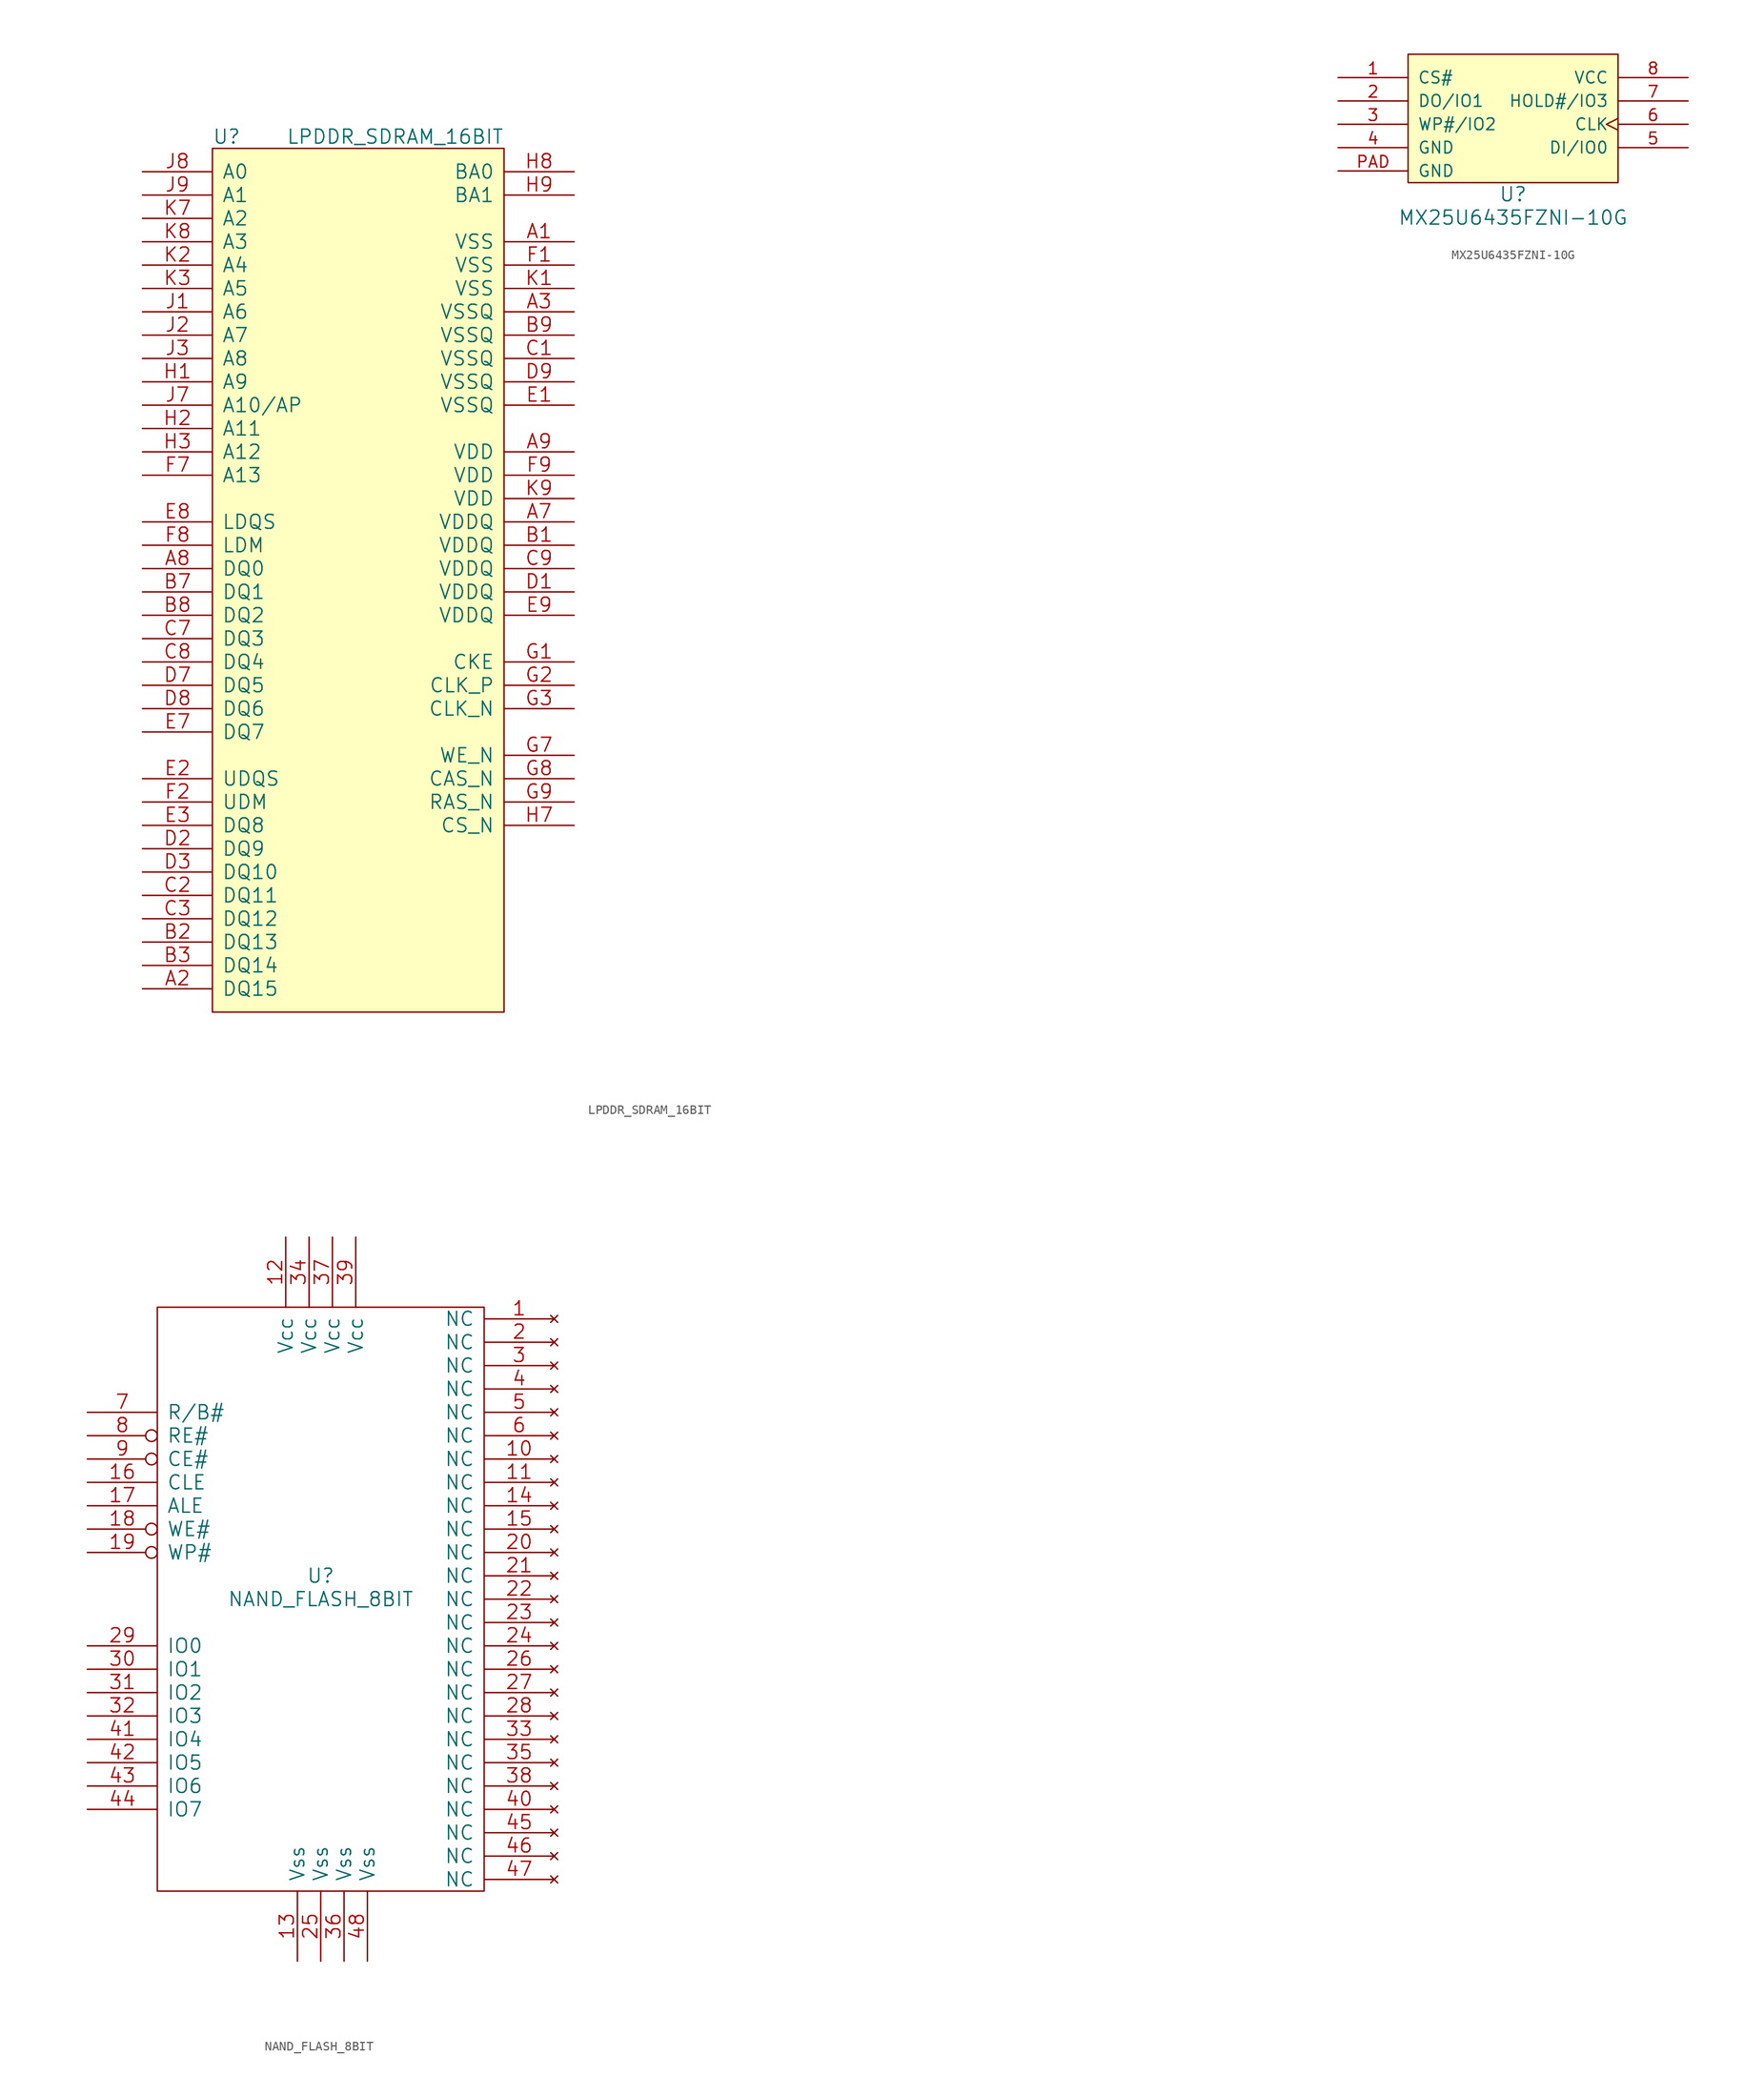
<source format=kicad_sym>
(kicad_symbol_lib
  (version 20211014)
  (generator kicad_symbol_editor)
  (symbol "LPDDR_SDRAM_16BIT"
    (pin_names
      (offset 1.016))
    (property "Reference" "U"
      (at -13.97 55.88 0)
      (effects (font (size 1.524 1.524)) (justify left)))
    (property "Value" "LPDDR_SDRAM_16BIT"
      (at 17.78 55.88 0)
      (effects (font (size 1.524 1.524)) (justify right)))
    (property "Footprint" ""
      (at 88.9 0 0)
      (effects (font (size 1.524 1.524))))
    (property "Datasheet" ""
      (at 88.9 0 0)
      (effects (font (size 1.524 1.524))))
    (symbol "LPDDR_SDRAM_16BIT_0_1"
      (rectangle (start -13.97 54.61) (end 17.78 -39.37) (stroke (width 0) (type default) (color 0 0 0 0)) (fill (type background))))
    (symbol "LPDDR_SDRAM_16BIT_1_1"
      (pin power_in line (at 25.4 44.45 180) (length 7.62) (name "VSS" (effects (font (size 1.524 1.524)))) (number "A1" (effects (font (size 1.524 1.524)))))
      (pin bidirectional line (at -21.59 -36.83 0) (length 7.62) (name "DQ15" (effects (font (size 1.524 1.524)))) (number "A2" (effects (font (size 1.524 1.524)))))
      (pin power_in line (at 25.4 36.83 180) (length 7.62) (name "VSSQ" (effects (font (size 1.524 1.524)))) (number "A3" (effects (font (size 1.524 1.524)))))
      (pin power_in line (at 25.4 13.97 180) (length 7.62) (name "VDDQ" (effects (font (size 1.524 1.524)))) (number "A7" (effects (font (size 1.524 1.524)))))
      (pin bidirectional line (at -21.59 8.89 0) (length 7.62) (name "DQ0" (effects (font (size 1.524 1.524)))) (number "A8" (effects (font (size 1.524 1.524)))))
      (pin power_in line (at 25.4 21.59 180) (length 7.62) (name "VDD" (effects (font (size 1.524 1.524)))) (number "A9" (effects (font (size 1.524 1.524)))))
      (pin power_in line (at 25.4 11.43 180) (length 7.62) (name "VDDQ" (effects (font (size 1.524 1.524)))) (number "B1" (effects (font (size 1.524 1.524)))))
      (pin bidirectional line (at -21.59 -31.75 0) (length 7.62) (name "DQ13" (effects (font (size 1.524 1.524)))) (number "B2" (effects (font (size 1.524 1.524)))))
      (pin bidirectional line (at -21.59 -34.29 0) (length 7.62) (name "DQ14" (effects (font (size 1.524 1.524)))) (number "B3" (effects (font (size 1.524 1.524)))))
      (pin bidirectional line (at -21.59 6.35 0) (length 7.62) (name "DQ1" (effects (font (size 1.524 1.524)))) (number "B7" (effects (font (size 1.524 1.524)))))
      (pin bidirectional line (at -21.59 3.81 0) (length 7.62) (name "DQ2" (effects (font (size 1.524 1.524)))) (number "B8" (effects (font (size 1.524 1.524)))))
      (pin power_in line (at 25.4 34.29 180) (length 7.62) (name "VSSQ" (effects (font (size 1.524 1.524)))) (number "B9" (effects (font (size 1.524 1.524)))))
      (pin power_in line (at 25.4 31.75 180) (length 7.62) (name "VSSQ" (effects (font (size 1.524 1.524)))) (number "C1" (effects (font (size 1.524 1.524)))))
      (pin bidirectional line (at -21.59 -26.67 0) (length 7.62) (name "DQ11" (effects (font (size 1.524 1.524)))) (number "C2" (effects (font (size 1.524 1.524)))))
      (pin bidirectional line (at -21.59 -29.21 0) (length 7.62) (name "DQ12" (effects (font (size 1.524 1.524)))) (number "C3" (effects (font (size 1.524 1.524)))))
      (pin bidirectional line (at -21.59 1.27 0) (length 7.62) (name "DQ3" (effects (font (size 1.524 1.524)))) (number "C7" (effects (font (size 1.524 1.524)))))
      (pin bidirectional line (at -21.59 -1.27 0) (length 7.62) (name "DQ4" (effects (font (size 1.524 1.524)))) (number "C8" (effects (font (size 1.524 1.524)))))
      (pin power_in line (at 25.4 8.89 180) (length 7.62) (name "VDDQ" (effects (font (size 1.524 1.524)))) (number "C9" (effects (font (size 1.524 1.524)))))
      (pin power_in line (at 25.4 6.35 180) (length 7.62) (name "VDDQ" (effects (font (size 1.524 1.524)))) (number "D1" (effects (font (size 1.524 1.524)))))
      (pin bidirectional line (at -21.59 -21.59 0) (length 7.62) (name "DQ9" (effects (font (size 1.524 1.524)))) (number "D2" (effects (font (size 1.524 1.524)))))
      (pin bidirectional line (at -21.59 -24.13 0) (length 7.62) (name "DQ10" (effects (font (size 1.524 1.524)))) (number "D3" (effects (font (size 1.524 1.524)))))
      (pin bidirectional line (at -21.59 -3.81 0) (length 7.62) (name "DQ5" (effects (font (size 1.524 1.524)))) (number "D7" (effects (font (size 1.524 1.524)))))
      (pin bidirectional line (at -21.59 -6.35 0) (length 7.62) (name "DQ6" (effects (font (size 1.524 1.524)))) (number "D8" (effects (font (size 1.524 1.524)))))
      (pin power_in line (at 25.4 29.21 180) (length 7.62) (name "VSSQ" (effects (font (size 1.524 1.524)))) (number "D9" (effects (font (size 1.524 1.524)))))
      (pin power_in line (at 25.4 26.67 180) (length 7.62) (name "VSSQ" (effects (font (size 1.524 1.524)))) (number "E1" (effects (font (size 1.524 1.524)))))
      (pin bidirectional line (at -21.59 -13.97 0) (length 7.62) (name "UDQS" (effects (font (size 1.524 1.524)))) (number "E2" (effects (font (size 1.524 1.524)))))
      (pin bidirectional line (at -21.59 -19.05 0) (length 7.62) (name "DQ8" (effects (font (size 1.524 1.524)))) (number "E3" (effects (font (size 1.524 1.524)))))
      (pin bidirectional line (at -21.59 -8.89 0) (length 7.62) (name "DQ7" (effects (font (size 1.524 1.524)))) (number "E7" (effects (font (size 1.524 1.524)))))
      (pin bidirectional line (at -21.59 13.97 0) (length 7.62) (name "LDQS" (effects (font (size 1.524 1.524)))) (number "E8" (effects (font (size 1.524 1.524)))))
      (pin power_in line (at 25.4 3.81 180) (length 7.62) (name "VDDQ" (effects (font (size 1.524 1.524)))) (number "E9" (effects (font (size 1.524 1.524)))))
      (pin power_in line (at 25.4 41.91 180) (length 7.62) (name "VSS" (effects (font (size 1.524 1.524)))) (number "F1" (effects (font (size 1.524 1.524)))))
      (pin input line (at -21.59 -16.51 0) (length 7.62) (name "UDM" (effects (font (size 1.524 1.524)))) (number "F2" (effects (font (size 1.524 1.524)))))
      (pin input line (at -21.59 19.05 0) (length 7.62) (name "A13" (effects (font (size 1.524 1.524)))) (number "F7" (effects (font (size 1.524 1.524)))))
      (pin input line (at -21.59 11.43 0) (length 7.62) (name "LDM" (effects (font (size 1.524 1.524)))) (number "F8" (effects (font (size 1.524 1.524)))))
      (pin power_in line (at 25.4 19.05 180) (length 7.62) (name "VDD" (effects (font (size 1.524 1.524)))) (number "F9" (effects (font (size 1.524 1.524)))))
      (pin input line (at 25.4 -1.27 180) (length 7.62) (name "CKE" (effects (font (size 1.524 1.524)))) (number "G1" (effects (font (size 1.524 1.524)))))
      (pin input line (at 25.4 -3.81 180) (length 7.62) (name "CLK_P" (effects (font (size 1.524 1.524)))) (number "G2" (effects (font (size 1.524 1.524)))))
      (pin input line (at 25.4 -6.35 180) (length 7.62) (name "CLK_N" (effects (font (size 1.524 1.524)))) (number "G3" (effects (font (size 1.524 1.524)))))
      (pin input line (at 25.4 -11.43 180) (length 7.62) (name "WE_N" (effects (font (size 1.524 1.524)))) (number "G7" (effects (font (size 1.524 1.524)))))
      (pin input line (at 25.4 -13.97 180) (length 7.62) (name "CAS_N" (effects (font (size 1.524 1.524)))) (number "G8" (effects (font (size 1.524 1.524)))))
      (pin input line (at 25.4 -16.51 180) (length 7.62) (name "RAS_N" (effects (font (size 1.524 1.524)))) (number "G9" (effects (font (size 1.524 1.524)))))
      (pin input line (at -21.59 29.21 0) (length 7.62) (name "A9" (effects (font (size 1.524 1.524)))) (number "H1" (effects (font (size 1.524 1.524)))))
      (pin input line (at -21.59 24.13 0) (length 7.62) (name "A11" (effects (font (size 1.524 1.524)))) (number "H2" (effects (font (size 1.524 1.524)))))
      (pin input line (at -21.59 21.59 0) (length 7.62) (name "A12" (effects (font (size 1.524 1.524)))) (number "H3" (effects (font (size 1.524 1.524)))))
      (pin input line (at 25.4 -19.05 180) (length 7.62) (name "CS_N" (effects (font (size 1.524 1.524)))) (number "H7" (effects (font (size 1.524 1.524)))))
      (pin input line (at 25.4 52.07 180) (length 7.62) (name "BA0" (effects (font (size 1.524 1.524)))) (number "H8" (effects (font (size 1.524 1.524)))))
      (pin input line (at 25.4 49.53 180) (length 7.62) (name "BA1" (effects (font (size 1.524 1.524)))) (number "H9" (effects (font (size 1.524 1.524)))))
      (pin input line (at -21.59 36.83 0) (length 7.62) (name "A6" (effects (font (size 1.524 1.524)))) (number "J1" (effects (font (size 1.524 1.524)))))
      (pin input line (at -21.59 34.29 0) (length 7.62) (name "A7" (effects (font (size 1.524 1.524)))) (number "J2" (effects (font (size 1.524 1.524)))))
      (pin input line (at -21.59 31.75 0) (length 7.62) (name "A8" (effects (font (size 1.524 1.524)))) (number "J3" (effects (font (size 1.524 1.524)))))
      (pin input line (at -21.59 26.67 0) (length 7.62) (name "A10/AP" (effects (font (size 1.524 1.524)))) (number "J7" (effects (font (size 1.524 1.524)))))
      (pin input line (at -21.59 52.07 0) (length 7.62) (name "A0" (effects (font (size 1.524 1.524)))) (number "J8" (effects (font (size 1.524 1.524)))))
      (pin input line (at -21.59 49.53 0) (length 7.62) (name "A1" (effects (font (size 1.524 1.524)))) (number "J9" (effects (font (size 1.524 1.524)))))
      (pin power_in line (at 25.4 39.37 180) (length 7.62) (name "VSS" (effects (font (size 1.524 1.524)))) (number "K1" (effects (font (size 1.524 1.524)))))
      (pin input line (at -21.59 41.91 0) (length 7.62) (name "A4" (effects (font (size 1.524 1.524)))) (number "K2" (effects (font (size 1.524 1.524)))))
      (pin input line (at -21.59 39.37 0) (length 7.62) (name "A5" (effects (font (size 1.524 1.524)))) (number "K3" (effects (font (size 1.524 1.524)))))
      (pin input line (at -21.59 46.99 0) (length 7.62) (name "A2" (effects (font (size 1.524 1.524)))) (number "K7" (effects (font (size 1.524 1.524)))))
      (pin input line (at -21.59 44.45 0) (length 7.62) (name "A3" (effects (font (size 1.524 1.524)))) (number "K8" (effects (font (size 1.524 1.524)))))
      (pin power_in line (at 25.4 16.51 180) (length 7.62) (name "VDD" (effects (font (size 1.524 1.524)))) (number "K9" (effects (font (size 1.524 1.524)))))))
  (symbol "MX25U6435FZNI-10G"
    (pin_names
      (offset 1.016))
    (property "Reference" "U"
      (at 0 -2.54 0)
      (effects (font (size 1.524 1.524))))
    (property "Value" "MX25U6435FZNI-10G"
      (at 0 -5.08 0)
      (effects (font (size 1.524 1.524))))
    (property "Footprint" ""
      (at 0 0 0)
      (effects (font (size 1.524 1.524))))
    (property "Datasheet" ""
      (at 0 0 0)
      (effects (font (size 1.524 1.524))))
    (symbol "MX25U6435FZNI-10G_0_1"
      (rectangle (start -11.43 12.7) (end 11.43 -1.27) (stroke (width 0) (type default) (color 0 0 0 0)) (fill (type background))))
    (symbol "MX25U6435FZNI-10G_1_1"
      (pin input line (at -19.05 10.16 0) (length 7.62) (name "CS#" (effects (font (size 1.27 1.27)))) (number "1" (effects (font (size 1.27 1.27)))))
      (pin bidirectional line (at -19.05 7.62 0) (length 7.62) (name "DO/IO1" (effects (font (size 1.27 1.27)))) (number "2" (effects (font (size 1.27 1.27)))))
      (pin bidirectional line (at -19.05 5.08 0) (length 7.62) (name "WP#/IO2" (effects (font (size 1.27 1.27)))) (number "3" (effects (font (size 1.27 1.27)))))
      (pin power_in line (at -19.05 2.54 0) (length 7.62) (name "GND" (effects (font (size 1.27 1.27)))) (number "4" (effects (font (size 1.27 1.27)))))
      (pin bidirectional line (at 19.05 2.54 180) (length 7.62) (name "DI/IO0" (effects (font (size 1.27 1.27)))) (number "5" (effects (font (size 1.27 1.27)))))
      (pin input clock (at 19.05 5.08 180) (length 7.62) (name "CLK" (effects (font (size 1.27 1.27)))) (number "6" (effects (font (size 1.27 1.27)))))
      (pin bidirectional line (at 19.05 7.62 180) (length 7.62) (name "HOLD#/IO3" (effects (font (size 1.27 1.27)))) (number "7" (effects (font (size 1.27 1.27)))))
      (pin power_in line (at 19.05 10.16 180) (length 7.62) (name "VCC" (effects (font (size 1.27 1.27)))) (number "8" (effects (font (size 1.27 1.27)))))
      (pin power_in line (at -19.05 0 0) (length 7.62) (name "GND" (effects (font (size 1.27 1.27)))) (number "PAD" (effects (font (size 1.27 1.27)))))))
  (symbol "NAND_FLASH_8BIT"
    (pin_names
      (offset 1.016))
    (property "Reference" "U"
      (at 0 0 0)
      (effects (font (size 1.524 1.524))))
    (property "Value" "NAND_FLASH_8BIT"
      (at 0 -2.54 0)
      (effects (font (size 1.524 1.524))))
    (property "Footprint" ""
      (at 0 0 0)
      (effects (font (size 1.524 1.524))))
    (property "Datasheet" ""
      (at 0 0 0)
      (effects (font (size 1.524 1.524))))
    (symbol "NAND_FLASH_8BIT_0_1"
      (rectangle (start 17.78 -34.29) (end -17.78 29.21) (stroke (width 0) (type default) (color 0 0 0 0)) (fill (type none))))
    (symbol "NAND_FLASH_8BIT_1_1"
      (pin no_connect line (at 25.4 27.94 180) (length 7.62) (name "NC" (effects (font (size 1.524 1.524)))) (number "1" (effects (font (size 1.524 1.524)))))
      (pin no_connect line (at 25.4 12.7 180) (length 7.62) (name "NC" (effects (font (size 1.524 1.524)))) (number "10" (effects (font (size 1.524 1.524)))))
      (pin no_connect line (at 25.4 10.16 180) (length 7.62) (name "NC" (effects (font (size 1.524 1.524)))) (number "11" (effects (font (size 1.524 1.524)))))
      (pin power_in line (at -3.81 36.83 270) (length 7.62) (name "Vcc" (effects (font (size 1.524 1.524)))) (number "12" (effects (font (size 1.524 1.524)))))
      (pin power_in line (at -2.54 -41.91 90) (length 7.62) (name "Vss" (effects (font (size 1.524 1.524)))) (number "13" (effects (font (size 1.524 1.524)))))
      (pin no_connect line (at 25.4 7.62 180) (length 7.62) (name "NC" (effects (font (size 1.524 1.524)))) (number "14" (effects (font (size 1.524 1.524)))))
      (pin no_connect line (at 25.4 5.08 180) (length 7.62) (name "NC" (effects (font (size 1.524 1.524)))) (number "15" (effects (font (size 1.524 1.524)))))
      (pin input line (at -25.4 10.16 0) (length 7.62) (name "CLE" (effects (font (size 1.524 1.524)))) (number "16" (effects (font (size 1.524 1.524)))))
      (pin input line (at -25.4 7.62 0) (length 7.62) (name "ALE" (effects (font (size 1.524 1.524)))) (number "17" (effects (font (size 1.524 1.524)))))
      (pin input inverted (at -25.4 5.08 0) (length 7.62) (name "WE#" (effects (font (size 1.524 1.524)))) (number "18" (effects (font (size 1.524 1.524)))))
      (pin input inverted (at -25.4 2.54 0) (length 7.62) (name "WP#" (effects (font (size 1.524 1.524)))) (number "19" (effects (font (size 1.524 1.524)))))
      (pin no_connect line (at 25.4 25.4 180) (length 7.62) (name "NC" (effects (font (size 1.524 1.524)))) (number "2" (effects (font (size 1.524 1.524)))))
      (pin no_connect line (at 25.4 2.54 180) (length 7.62) (name "NC" (effects (font (size 1.524 1.524)))) (number "20" (effects (font (size 1.524 1.524)))))
      (pin no_connect line (at 25.4 0 180) (length 7.62) (name "NC" (effects (font (size 1.524 1.524)))) (number "21" (effects (font (size 1.524 1.524)))))
      (pin no_connect line (at 25.4 -2.54 180) (length 7.62) (name "NC" (effects (font (size 1.524 1.524)))) (number "22" (effects (font (size 1.524 1.524)))))
      (pin no_connect line (at 25.4 -5.08 180) (length 7.62) (name "NC" (effects (font (size 1.524 1.524)))) (number "23" (effects (font (size 1.524 1.524)))))
      (pin no_connect line (at 25.4 -7.62 180) (length 7.62) (name "NC" (effects (font (size 1.524 1.524)))) (number "24" (effects (font (size 1.524 1.524)))))
      (pin power_in line (at 0 -41.91 90) (length 7.62) (name "Vss" (effects (font (size 1.524 1.524)))) (number "25" (effects (font (size 1.524 1.524)))))
      (pin no_connect line (at 25.4 -10.16 180) (length 7.62) (name "NC" (effects (font (size 1.524 1.524)))) (number "26" (effects (font (size 1.524 1.524)))))
      (pin no_connect line (at 25.4 -12.7 180) (length 7.62) (name "NC" (effects (font (size 1.524 1.524)))) (number "27" (effects (font (size 1.524 1.524)))))
      (pin no_connect line (at 25.4 -15.24 180) (length 7.62) (name "NC" (effects (font (size 1.524 1.524)))) (number "28" (effects (font (size 1.524 1.524)))))
      (pin bidirectional line (at -25.4 -7.62 0) (length 7.62) (name "IO0" (effects (font (size 1.524 1.524)))) (number "29" (effects (font (size 1.524 1.524)))))
      (pin no_connect line (at 25.4 22.86 180) (length 7.62) (name "NC" (effects (font (size 1.524 1.524)))) (number "3" (effects (font (size 1.524 1.524)))))
      (pin bidirectional line (at -25.4 -10.16 0) (length 7.62) (name "IO1" (effects (font (size 1.524 1.524)))) (number "30" (effects (font (size 1.524 1.524)))))
      (pin bidirectional line (at -25.4 -12.7 0) (length 7.62) (name "IO2" (effects (font (size 1.524 1.524)))) (number "31" (effects (font (size 1.524 1.524)))))
      (pin bidirectional line (at -25.4 -15.24 0) (length 7.62) (name "IO3" (effects (font (size 1.524 1.524)))) (number "32" (effects (font (size 1.524 1.524)))))
      (pin no_connect line (at 25.4 -17.78 180) (length 7.62) (name "NC" (effects (font (size 1.524 1.524)))) (number "33" (effects (font (size 1.524 1.524)))))
      (pin power_in line (at -1.27 36.83 270) (length 7.62) (name "Vcc" (effects (font (size 1.524 1.524)))) (number "34" (effects (font (size 1.524 1.524)))))
      (pin no_connect line (at 25.4 -20.32 180) (length 7.62) (name "NC" (effects (font (size 1.524 1.524)))) (number "35" (effects (font (size 1.524 1.524)))))
      (pin power_in line (at 2.54 -41.91 90) (length 7.62) (name "Vss" (effects (font (size 1.524 1.524)))) (number "36" (effects (font (size 1.524 1.524)))))
      (pin power_in line (at 1.27 36.83 270) (length 7.62) (name "Vcc" (effects (font (size 1.524 1.524)))) (number "37" (effects (font (size 1.524 1.524)))))
      (pin no_connect line (at 25.4 -22.86 180) (length 7.62) (name "NC" (effects (font (size 1.524 1.524)))) (number "38" (effects (font (size 1.524 1.524)))))
      (pin power_in line (at 3.81 36.83 270) (length 7.62) (name "Vcc" (effects (font (size 1.524 1.524)))) (number "39" (effects (font (size 1.524 1.524)))))
      (pin no_connect line (at 25.4 20.32 180) (length 7.62) (name "NC" (effects (font (size 1.524 1.524)))) (number "4" (effects (font (size 1.524 1.524)))))
      (pin no_connect line (at 25.4 -25.4 180) (length 7.62) (name "NC" (effects (font (size 1.524 1.524)))) (number "40" (effects (font (size 1.524 1.524)))))
      (pin bidirectional line (at -25.4 -17.78 0) (length 7.62) (name "IO4" (effects (font (size 1.524 1.524)))) (number "41" (effects (font (size 1.524 1.524)))))
      (pin bidirectional line (at -25.4 -20.32 0) (length 7.62) (name "IO5" (effects (font (size 1.524 1.524)))) (number "42" (effects (font (size 1.524 1.524)))))
      (pin bidirectional line (at -25.4 -22.86 0) (length 7.62) (name "IO6" (effects (font (size 1.524 1.524)))) (number "43" (effects (font (size 1.524 1.524)))))
      (pin bidirectional line (at -25.4 -25.4 0) (length 7.62) (name "IO7" (effects (font (size 1.524 1.524)))) (number "44" (effects (font (size 1.524 1.524)))))
      (pin no_connect line (at 25.4 -27.94 180) (length 7.62) (name "NC" (effects (font (size 1.524 1.524)))) (number "45" (effects (font (size 1.524 1.524)))))
      (pin no_connect line (at 25.4 -30.48 180) (length 7.62) (name "NC" (effects (font (size 1.524 1.524)))) (number "46" (effects (font (size 1.524 1.524)))))
      (pin no_connect line (at 25.4 -33.02 180) (length 7.62) (name "NC" (effects (font (size 1.524 1.524)))) (number "47" (effects (font (size 1.524 1.524)))))
      (pin power_in line (at 5.08 -41.91 90) (length 7.62) (name "Vss" (effects (font (size 1.524 1.524)))) (number "48" (effects (font (size 1.524 1.524)))))
      (pin no_connect line (at 25.4 17.78 180) (length 7.62) (name "NC" (effects (font (size 1.524 1.524)))) (number "5" (effects (font (size 1.524 1.524)))))
      (pin no_connect line (at 25.4 15.24 180) (length 7.62) (name "NC" (effects (font (size 1.524 1.524)))) (number "6" (effects (font (size 1.524 1.524)))))
      (pin open_emitter line (at -25.4 17.78 0) (length 7.62) (name "R/B#" (effects (font (size 1.524 1.524)))) (number "7" (effects (font (size 1.524 1.524)))))
      (pin input inverted (at -25.4 15.24 0) (length 7.62) (name "RE#" (effects (font (size 1.524 1.524)))) (number "8" (effects (font (size 1.524 1.524)))))
      (pin input inverted (at -25.4 12.7 0) (length 7.62) (name "CE#" (effects (font (size 1.524 1.524)))) (number "9" (effects (font (size 1.524 1.524))))))))
</source>
